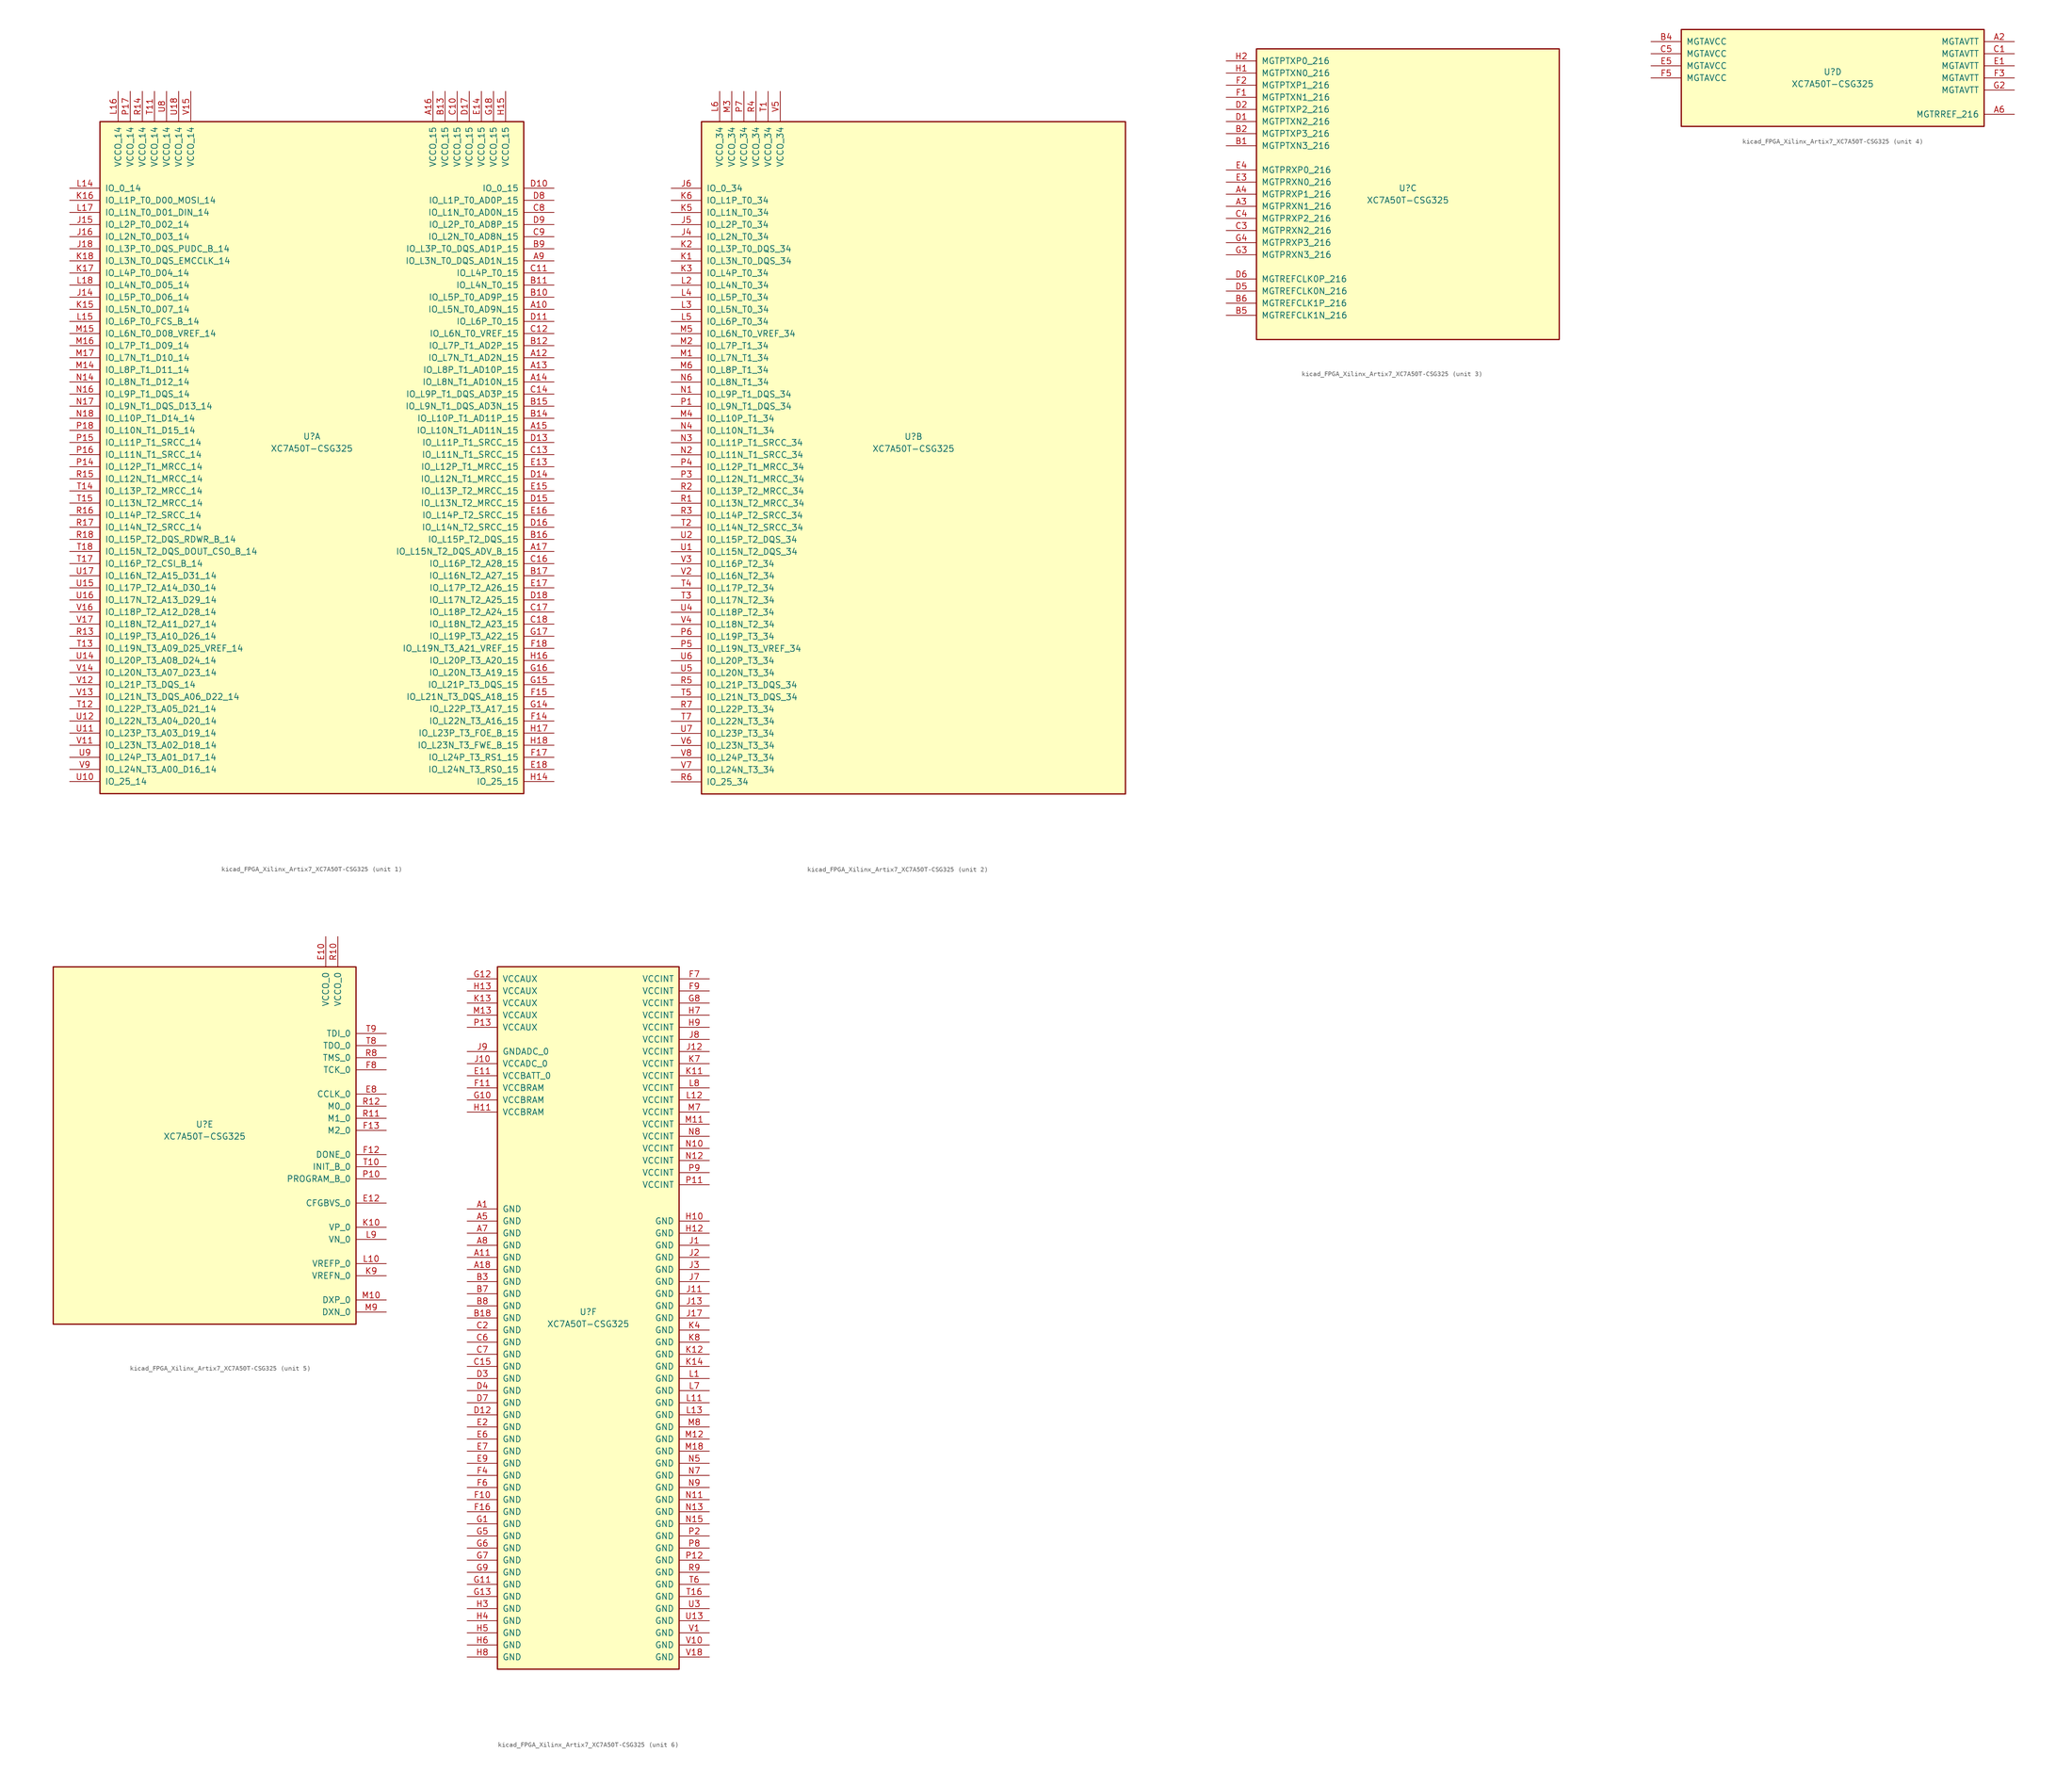
<source format=kicad_sym>
(kicad_symbol_lib
  (version 20220914)
  (generator kicad_symbol_editor)
  (symbol "kicad_FPGA_Xilinx_Artix7_XC7A50T-CSG325"
    (pin_names
      (offset 1.016))
    (property "Reference" "U"
      (at 0 1.27 0)
      (effects (font (size 1.27 1.27))))
    (property "Value" "XC7A50T-CSG325"
      (at 0 -1.27 0)
      (effects (font (size 1.27 1.27))))
    (property "Datasheet" ""
      (at 0 0 0)
      (effects (font (size 1.27 1.27))))
    (property "ki_locked" ""
      (at 0 0 0)
      (effects (font (size 1.27 1.27))))
    (symbol "kicad_FPGA_Xilinx_Artix7_XC7A50T-CSG325_1_1"
      (rectangle (start -44.45 67.31) (end 44.45 -73.66) (stroke (width 0.254) (type default)) (fill (type background)))
      (pin bidirectional line (at 50.8 27.94 180) (length 6.35) (name "IO_L5N_T0_AD9N_15" (effects (font (size 1.27 1.27)))) (number "A10" (effects (font (size 1.27 1.27)))))
      (pin bidirectional line (at 50.8 17.78 180) (length 6.35) (name "IO_L7N_T1_AD2N_15" (effects (font (size 1.27 1.27)))) (number "A12" (effects (font (size 1.27 1.27)))))
      (pin bidirectional line (at 50.8 15.24 180) (length 6.35) (name "IO_L8P_T1_AD10P_15" (effects (font (size 1.27 1.27)))) (number "A13" (effects (font (size 1.27 1.27)))))
      (pin bidirectional line (at 50.8 12.7 180) (length 6.35) (name "IO_L8N_T1_AD10N_15" (effects (font (size 1.27 1.27)))) (number "A14" (effects (font (size 1.27 1.27)))))
      (pin bidirectional line (at 50.8 2.54 180) (length 6.35) (name "IO_L10N_T1_AD11N_15" (effects (font (size 1.27 1.27)))) (number "A15" (effects (font (size 1.27 1.27)))))
      (pin power_in line (at 25.4 73.66 270) (length 6.35) (name "VCCO_15" (effects (font (size 1.27 1.27)))) (number "A16" (effects (font (size 1.27 1.27)))))
      (pin bidirectional line (at 50.8 -22.86 180) (length 6.35) (name "IO_L15N_T2_DQS_ADV_B_15" (effects (font (size 1.27 1.27)))) (number "A17" (effects (font (size 1.27 1.27)))))
      (pin bidirectional line (at 50.8 38.1 180) (length 6.35) (name "IO_L3N_T0_DQS_AD1N_15" (effects (font (size 1.27 1.27)))) (number "A9" (effects (font (size 1.27 1.27)))))
      (pin bidirectional line (at 50.8 30.48 180) (length 6.35) (name "IO_L5P_T0_AD9P_15" (effects (font (size 1.27 1.27)))) (number "B10" (effects (font (size 1.27 1.27)))))
      (pin bidirectional line (at 50.8 33.02 180) (length 6.35) (name "IO_L4N_T0_15" (effects (font (size 1.27 1.27)))) (number "B11" (effects (font (size 1.27 1.27)))))
      (pin bidirectional line (at 50.8 20.32 180) (length 6.35) (name "IO_L7P_T1_AD2P_15" (effects (font (size 1.27 1.27)))) (number "B12" (effects (font (size 1.27 1.27)))))
      (pin power_in line (at 27.94 73.66 270) (length 6.35) (name "VCCO_15" (effects (font (size 1.27 1.27)))) (number "B13" (effects (font (size 1.27 1.27)))))
      (pin bidirectional line (at 50.8 5.08 180) (length 6.35) (name "IO_L10P_T1_AD11P_15" (effects (font (size 1.27 1.27)))) (number "B14" (effects (font (size 1.27 1.27)))))
      (pin bidirectional line (at 50.8 7.62 180) (length 6.35) (name "IO_L9N_T1_DQS_AD3N_15" (effects (font (size 1.27 1.27)))) (number "B15" (effects (font (size 1.27 1.27)))))
      (pin bidirectional line (at 50.8 -20.32 180) (length 6.35) (name "IO_L15P_T2_DQS_15" (effects (font (size 1.27 1.27)))) (number "B16" (effects (font (size 1.27 1.27)))))
      (pin bidirectional line (at 50.8 -27.94 180) (length 6.35) (name "IO_L16N_T2_A27_15" (effects (font (size 1.27 1.27)))) (number "B17" (effects (font (size 1.27 1.27)))))
      (pin bidirectional line (at 50.8 40.64 180) (length 6.35) (name "IO_L3P_T0_DQS_AD1P_15" (effects (font (size 1.27 1.27)))) (number "B9" (effects (font (size 1.27 1.27)))))
      (pin power_in line (at 30.48 73.66 270) (length 6.35) (name "VCCO_15" (effects (font (size 1.27 1.27)))) (number "C10" (effects (font (size 1.27 1.27)))))
      (pin bidirectional line (at 50.8 35.56 180) (length 6.35) (name "IO_L4P_T0_15" (effects (font (size 1.27 1.27)))) (number "C11" (effects (font (size 1.27 1.27)))))
      (pin bidirectional line (at 50.8 22.86 180) (length 6.35) (name "IO_L6N_T0_VREF_15" (effects (font (size 1.27 1.27)))) (number "C12" (effects (font (size 1.27 1.27)))))
      (pin bidirectional line (at 50.8 -2.54 180) (length 6.35) (name "IO_L11N_T1_SRCC_15" (effects (font (size 1.27 1.27)))) (number "C13" (effects (font (size 1.27 1.27)))))
      (pin bidirectional line (at 50.8 10.16 180) (length 6.35) (name "IO_L9P_T1_DQS_AD3P_15" (effects (font (size 1.27 1.27)))) (number "C14" (effects (font (size 1.27 1.27)))))
      (pin bidirectional line (at 50.8 -25.4 180) (length 6.35) (name "IO_L16P_T2_A28_15" (effects (font (size 1.27 1.27)))) (number "C16" (effects (font (size 1.27 1.27)))))
      (pin bidirectional line (at 50.8 -35.56 180) (length 6.35) (name "IO_L18P_T2_A24_15" (effects (font (size 1.27 1.27)))) (number "C17" (effects (font (size 1.27 1.27)))))
      (pin bidirectional line (at 50.8 -38.1 180) (length 6.35) (name "IO_L18N_T2_A23_15" (effects (font (size 1.27 1.27)))) (number "C18" (effects (font (size 1.27 1.27)))))
      (pin bidirectional line (at 50.8 48.26 180) (length 6.35) (name "IO_L1N_T0_AD0N_15" (effects (font (size 1.27 1.27)))) (number "C8" (effects (font (size 1.27 1.27)))))
      (pin bidirectional line (at 50.8 43.18 180) (length 6.35) (name "IO_L2N_T0_AD8N_15" (effects (font (size 1.27 1.27)))) (number "C9" (effects (font (size 1.27 1.27)))))
      (pin bidirectional line (at 50.8 53.34 180) (length 6.35) (name "IO_0_15" (effects (font (size 1.27 1.27)))) (number "D10" (effects (font (size 1.27 1.27)))))
      (pin bidirectional line (at 50.8 25.4 180) (length 6.35) (name "IO_L6P_T0_15" (effects (font (size 1.27 1.27)))) (number "D11" (effects (font (size 1.27 1.27)))))
      (pin bidirectional line (at 50.8 0 180) (length 6.35) (name "IO_L11P_T1_SRCC_15" (effects (font (size 1.27 1.27)))) (number "D13" (effects (font (size 1.27 1.27)))))
      (pin bidirectional line (at 50.8 -7.62 180) (length 6.35) (name "IO_L12N_T1_MRCC_15" (effects (font (size 1.27 1.27)))) (number "D14" (effects (font (size 1.27 1.27)))))
      (pin bidirectional line (at 50.8 -12.7 180) (length 6.35) (name "IO_L13N_T2_MRCC_15" (effects (font (size 1.27 1.27)))) (number "D15" (effects (font (size 1.27 1.27)))))
      (pin bidirectional line (at 50.8 -17.78 180) (length 6.35) (name "IO_L14N_T2_SRCC_15" (effects (font (size 1.27 1.27)))) (number "D16" (effects (font (size 1.27 1.27)))))
      (pin power_in line (at 33.02 73.66 270) (length 6.35) (name "VCCO_15" (effects (font (size 1.27 1.27)))) (number "D17" (effects (font (size 1.27 1.27)))))
      (pin bidirectional line (at 50.8 -33.02 180) (length 6.35) (name "IO_L17N_T2_A25_15" (effects (font (size 1.27 1.27)))) (number "D18" (effects (font (size 1.27 1.27)))))
      (pin bidirectional line (at 50.8 50.8 180) (length 6.35) (name "IO_L1P_T0_AD0P_15" (effects (font (size 1.27 1.27)))) (number "D8" (effects (font (size 1.27 1.27)))))
      (pin bidirectional line (at 50.8 45.72 180) (length 6.35) (name "IO_L2P_T0_AD8P_15" (effects (font (size 1.27 1.27)))) (number "D9" (effects (font (size 1.27 1.27)))))
      (pin bidirectional line (at 50.8 -5.08 180) (length 6.35) (name "IO_L12P_T1_MRCC_15" (effects (font (size 1.27 1.27)))) (number "E13" (effects (font (size 1.27 1.27)))))
      (pin power_in line (at 35.56 73.66 270) (length 6.35) (name "VCCO_15" (effects (font (size 1.27 1.27)))) (number "E14" (effects (font (size 1.27 1.27)))))
      (pin bidirectional line (at 50.8 -10.16 180) (length 6.35) (name "IO_L13P_T2_MRCC_15" (effects (font (size 1.27 1.27)))) (number "E15" (effects (font (size 1.27 1.27)))))
      (pin bidirectional line (at 50.8 -15.24 180) (length 6.35) (name "IO_L14P_T2_SRCC_15" (effects (font (size 1.27 1.27)))) (number "E16" (effects (font (size 1.27 1.27)))))
      (pin bidirectional line (at 50.8 -30.48 180) (length 6.35) (name "IO_L17P_T2_A26_15" (effects (font (size 1.27 1.27)))) (number "E17" (effects (font (size 1.27 1.27)))))
      (pin bidirectional line (at 50.8 -68.58 180) (length 6.35) (name "IO_L24N_T3_RS0_15" (effects (font (size 1.27 1.27)))) (number "E18" (effects (font (size 1.27 1.27)))))
      (pin bidirectional line (at 50.8 -58.42 180) (length 6.35) (name "IO_L22N_T3_A16_15" (effects (font (size 1.27 1.27)))) (number "F14" (effects (font (size 1.27 1.27)))))
      (pin bidirectional line (at 50.8 -53.34 180) (length 6.35) (name "IO_L21N_T3_DQS_A18_15" (effects (font (size 1.27 1.27)))) (number "F15" (effects (font (size 1.27 1.27)))))
      (pin bidirectional line (at 50.8 -66.04 180) (length 6.35) (name "IO_L24P_T3_RS1_15" (effects (font (size 1.27 1.27)))) (number "F17" (effects (font (size 1.27 1.27)))))
      (pin bidirectional line (at 50.8 -43.18 180) (length 6.35) (name "IO_L19N_T3_A21_VREF_15" (effects (font (size 1.27 1.27)))) (number "F18" (effects (font (size 1.27 1.27)))))
      (pin bidirectional line (at 50.8 -55.88 180) (length 6.35) (name "IO_L22P_T3_A17_15" (effects (font (size 1.27 1.27)))) (number "G14" (effects (font (size 1.27 1.27)))))
      (pin bidirectional line (at 50.8 -50.8 180) (length 6.35) (name "IO_L21P_T3_DQS_15" (effects (font (size 1.27 1.27)))) (number "G15" (effects (font (size 1.27 1.27)))))
      (pin bidirectional line (at 50.8 -48.26 180) (length 6.35) (name "IO_L20N_T3_A19_15" (effects (font (size 1.27 1.27)))) (number "G16" (effects (font (size 1.27 1.27)))))
      (pin bidirectional line (at 50.8 -40.64 180) (length 6.35) (name "IO_L19P_T3_A22_15" (effects (font (size 1.27 1.27)))) (number "G17" (effects (font (size 1.27 1.27)))))
      (pin power_in line (at 38.1 73.66 270) (length 6.35) (name "VCCO_15" (effects (font (size 1.27 1.27)))) (number "G18" (effects (font (size 1.27 1.27)))))
      (pin bidirectional line (at 50.8 -71.12 180) (length 6.35) (name "IO_25_15" (effects (font (size 1.27 1.27)))) (number "H14" (effects (font (size 1.27 1.27)))))
      (pin power_in line (at 40.64 73.66 270) (length 6.35) (name "VCCO_15" (effects (font (size 1.27 1.27)))) (number "H15" (effects (font (size 1.27 1.27)))))
      (pin bidirectional line (at 50.8 -45.72 180) (length 6.35) (name "IO_L20P_T3_A20_15" (effects (font (size 1.27 1.27)))) (number "H16" (effects (font (size 1.27 1.27)))))
      (pin bidirectional line (at 50.8 -60.96 180) (length 6.35) (name "IO_L23P_T3_FOE_B_15" (effects (font (size 1.27 1.27)))) (number "H17" (effects (font (size 1.27 1.27)))))
      (pin bidirectional line (at 50.8 -63.5 180) (length 6.35) (name "IO_L23N_T3_FWE_B_15" (effects (font (size 1.27 1.27)))) (number "H18" (effects (font (size 1.27 1.27)))))
      (pin bidirectional line (at -50.8 30.48 0) (length 6.35) (name "IO_L5P_T0_D06_14" (effects (font (size 1.27 1.27)))) (number "J14" (effects (font (size 1.27 1.27)))))
      (pin bidirectional line (at -50.8 45.72 0) (length 6.35) (name "IO_L2P_T0_D02_14" (effects (font (size 1.27 1.27)))) (number "J15" (effects (font (size 1.27 1.27)))))
      (pin bidirectional line (at -50.8 43.18 0) (length 6.35) (name "IO_L2N_T0_D03_14" (effects (font (size 1.27 1.27)))) (number "J16" (effects (font (size 1.27 1.27)))))
      (pin bidirectional line (at -50.8 40.64 0) (length 6.35) (name "IO_L3P_T0_DQS_PUDC_B_14" (effects (font (size 1.27 1.27)))) (number "J18" (effects (font (size 1.27 1.27)))))
      (pin bidirectional line (at -50.8 27.94 0) (length 6.35) (name "IO_L5N_T0_D07_14" (effects (font (size 1.27 1.27)))) (number "K15" (effects (font (size 1.27 1.27)))))
      (pin bidirectional line (at -50.8 50.8 0) (length 6.35) (name "IO_L1P_T0_D00_MOSI_14" (effects (font (size 1.27 1.27)))) (number "K16" (effects (font (size 1.27 1.27)))))
      (pin bidirectional line (at -50.8 35.56 0) (length 6.35) (name "IO_L4P_T0_D04_14" (effects (font (size 1.27 1.27)))) (number "K17" (effects (font (size 1.27 1.27)))))
      (pin bidirectional line (at -50.8 38.1 0) (length 6.35) (name "IO_L3N_T0_DQS_EMCCLK_14" (effects (font (size 1.27 1.27)))) (number "K18" (effects (font (size 1.27 1.27)))))
      (pin bidirectional line (at -50.8 53.34 0) (length 6.35) (name "IO_0_14" (effects (font (size 1.27 1.27)))) (number "L14" (effects (font (size 1.27 1.27)))))
      (pin bidirectional line (at -50.8 25.4 0) (length 6.35) (name "IO_L6P_T0_FCS_B_14" (effects (font (size 1.27 1.27)))) (number "L15" (effects (font (size 1.27 1.27)))))
      (pin power_in line (at -40.64 73.66 270) (length 6.35) (name "VCCO_14" (effects (font (size 1.27 1.27)))) (number "L16" (effects (font (size 1.27 1.27)))))
      (pin bidirectional line (at -50.8 48.26 0) (length 6.35) (name "IO_L1N_T0_D01_DIN_14" (effects (font (size 1.27 1.27)))) (number "L17" (effects (font (size 1.27 1.27)))))
      (pin bidirectional line (at -50.8 33.02 0) (length 6.35) (name "IO_L4N_T0_D05_14" (effects (font (size 1.27 1.27)))) (number "L18" (effects (font (size 1.27 1.27)))))
      (pin bidirectional line (at -50.8 15.24 0) (length 6.35) (name "IO_L8P_T1_D11_14" (effects (font (size 1.27 1.27)))) (number "M14" (effects (font (size 1.27 1.27)))))
      (pin bidirectional line (at -50.8 22.86 0) (length 6.35) (name "IO_L6N_T0_D08_VREF_14" (effects (font (size 1.27 1.27)))) (number "M15" (effects (font (size 1.27 1.27)))))
      (pin bidirectional line (at -50.8 20.32 0) (length 6.35) (name "IO_L7P_T1_D09_14" (effects (font (size 1.27 1.27)))) (number "M16" (effects (font (size 1.27 1.27)))))
      (pin bidirectional line (at -50.8 17.78 0) (length 6.35) (name "IO_L7N_T1_D10_14" (effects (font (size 1.27 1.27)))) (number "M17" (effects (font (size 1.27 1.27)))))
      (pin bidirectional line (at -50.8 12.7 0) (length 6.35) (name "IO_L8N_T1_D12_14" (effects (font (size 1.27 1.27)))) (number "N14" (effects (font (size 1.27 1.27)))))
      (pin bidirectional line (at -50.8 10.16 0) (length 6.35) (name "IO_L9P_T1_DQS_14" (effects (font (size 1.27 1.27)))) (number "N16" (effects (font (size 1.27 1.27)))))
      (pin bidirectional line (at -50.8 7.62 0) (length 6.35) (name "IO_L9N_T1_DQS_D13_14" (effects (font (size 1.27 1.27)))) (number "N17" (effects (font (size 1.27 1.27)))))
      (pin bidirectional line (at -50.8 5.08 0) (length 6.35) (name "IO_L10P_T1_D14_14" (effects (font (size 1.27 1.27)))) (number "N18" (effects (font (size 1.27 1.27)))))
      (pin bidirectional line (at -50.8 -5.08 0) (length 6.35) (name "IO_L12P_T1_MRCC_14" (effects (font (size 1.27 1.27)))) (number "P14" (effects (font (size 1.27 1.27)))))
      (pin bidirectional line (at -50.8 0 0) (length 6.35) (name "IO_L11P_T1_SRCC_14" (effects (font (size 1.27 1.27)))) (number "P15" (effects (font (size 1.27 1.27)))))
      (pin bidirectional line (at -50.8 -2.54 0) (length 6.35) (name "IO_L11N_T1_SRCC_14" (effects (font (size 1.27 1.27)))) (number "P16" (effects (font (size 1.27 1.27)))))
      (pin power_in line (at -38.1 73.66 270) (length 6.35) (name "VCCO_14" (effects (font (size 1.27 1.27)))) (number "P17" (effects (font (size 1.27 1.27)))))
      (pin bidirectional line (at -50.8 2.54 0) (length 6.35) (name "IO_L10N_T1_D15_14" (effects (font (size 1.27 1.27)))) (number "P18" (effects (font (size 1.27 1.27)))))
      (pin bidirectional line (at -50.8 -40.64 0) (length 6.35) (name "IO_L19P_T3_A10_D26_14" (effects (font (size 1.27 1.27)))) (number "R13" (effects (font (size 1.27 1.27)))))
      (pin power_in line (at -35.56 73.66 270) (length 6.35) (name "VCCO_14" (effects (font (size 1.27 1.27)))) (number "R14" (effects (font (size 1.27 1.27)))))
      (pin bidirectional line (at -50.8 -7.62 0) (length 6.35) (name "IO_L12N_T1_MRCC_14" (effects (font (size 1.27 1.27)))) (number "R15" (effects (font (size 1.27 1.27)))))
      (pin bidirectional line (at -50.8 -15.24 0) (length 6.35) (name "IO_L14P_T2_SRCC_14" (effects (font (size 1.27 1.27)))) (number "R16" (effects (font (size 1.27 1.27)))))
      (pin bidirectional line (at -50.8 -17.78 0) (length 6.35) (name "IO_L14N_T2_SRCC_14" (effects (font (size 1.27 1.27)))) (number "R17" (effects (font (size 1.27 1.27)))))
      (pin bidirectional line (at -50.8 -20.32 0) (length 6.35) (name "IO_L15P_T2_DQS_RDWR_B_14" (effects (font (size 1.27 1.27)))) (number "R18" (effects (font (size 1.27 1.27)))))
      (pin power_in line (at -33.02 73.66 270) (length 6.35) (name "VCCO_14" (effects (font (size 1.27 1.27)))) (number "T11" (effects (font (size 1.27 1.27)))))
      (pin bidirectional line (at -50.8 -55.88 0) (length 6.35) (name "IO_L22P_T3_A05_D21_14" (effects (font (size 1.27 1.27)))) (number "T12" (effects (font (size 1.27 1.27)))))
      (pin bidirectional line (at -50.8 -43.18 0) (length 6.35) (name "IO_L19N_T3_A09_D25_VREF_14" (effects (font (size 1.27 1.27)))) (number "T13" (effects (font (size 1.27 1.27)))))
      (pin bidirectional line (at -50.8 -10.16 0) (length 6.35) (name "IO_L13P_T2_MRCC_14" (effects (font (size 1.27 1.27)))) (number "T14" (effects (font (size 1.27 1.27)))))
      (pin bidirectional line (at -50.8 -12.7 0) (length 6.35) (name "IO_L13N_T2_MRCC_14" (effects (font (size 1.27 1.27)))) (number "T15" (effects (font (size 1.27 1.27)))))
      (pin bidirectional line (at -50.8 -25.4 0) (length 6.35) (name "IO_L16P_T2_CSI_B_14" (effects (font (size 1.27 1.27)))) (number "T17" (effects (font (size 1.27 1.27)))))
      (pin bidirectional line (at -50.8 -22.86 0) (length 6.35) (name "IO_L15N_T2_DQS_DOUT_CSO_B_14" (effects (font (size 1.27 1.27)))) (number "T18" (effects (font (size 1.27 1.27)))))
      (pin bidirectional line (at -50.8 -71.12 0) (length 6.35) (name "IO_25_14" (effects (font (size 1.27 1.27)))) (number "U10" (effects (font (size 1.27 1.27)))))
      (pin bidirectional line (at -50.8 -60.96 0) (length 6.35) (name "IO_L23P_T3_A03_D19_14" (effects (font (size 1.27 1.27)))) (number "U11" (effects (font (size 1.27 1.27)))))
      (pin bidirectional line (at -50.8 -58.42 0) (length 6.35) (name "IO_L22N_T3_A04_D20_14" (effects (font (size 1.27 1.27)))) (number "U12" (effects (font (size 1.27 1.27)))))
      (pin bidirectional line (at -50.8 -45.72 0) (length 6.35) (name "IO_L20P_T3_A08_D24_14" (effects (font (size 1.27 1.27)))) (number "U14" (effects (font (size 1.27 1.27)))))
      (pin bidirectional line (at -50.8 -30.48 0) (length 6.35) (name "IO_L17P_T2_A14_D30_14" (effects (font (size 1.27 1.27)))) (number "U15" (effects (font (size 1.27 1.27)))))
      (pin bidirectional line (at -50.8 -33.02 0) (length 6.35) (name "IO_L17N_T2_A13_D29_14" (effects (font (size 1.27 1.27)))) (number "U16" (effects (font (size 1.27 1.27)))))
      (pin bidirectional line (at -50.8 -27.94 0) (length 6.35) (name "IO_L16N_T2_A15_D31_14" (effects (font (size 1.27 1.27)))) (number "U17" (effects (font (size 1.27 1.27)))))
      (pin power_in line (at -27.94 73.66 270) (length 6.35) (name "VCCO_14" (effects (font (size 1.27 1.27)))) (number "U18" (effects (font (size 1.27 1.27)))))
      (pin power_in line (at -30.48 73.66 270) (length 6.35) (name "VCCO_14" (effects (font (size 1.27 1.27)))) (number "U8" (effects (font (size 1.27 1.27)))))
      (pin bidirectional line (at -50.8 -66.04 0) (length 6.35) (name "IO_L24P_T3_A01_D17_14" (effects (font (size 1.27 1.27)))) (number "U9" (effects (font (size 1.27 1.27)))))
      (pin bidirectional line (at -50.8 -63.5 0) (length 6.35) (name "IO_L23N_T3_A02_D18_14" (effects (font (size 1.27 1.27)))) (number "V11" (effects (font (size 1.27 1.27)))))
      (pin bidirectional line (at -50.8 -50.8 0) (length 6.35) (name "IO_L21P_T3_DQS_14" (effects (font (size 1.27 1.27)))) (number "V12" (effects (font (size 1.27 1.27)))))
      (pin bidirectional line (at -50.8 -53.34 0) (length 6.35) (name "IO_L21N_T3_DQS_A06_D22_14" (effects (font (size 1.27 1.27)))) (number "V13" (effects (font (size 1.27 1.27)))))
      (pin bidirectional line (at -50.8 -48.26 0) (length 6.35) (name "IO_L20N_T3_A07_D23_14" (effects (font (size 1.27 1.27)))) (number "V14" (effects (font (size 1.27 1.27)))))
      (pin power_in line (at -25.4 73.66 270) (length 6.35) (name "VCCO_14" (effects (font (size 1.27 1.27)))) (number "V15" (effects (font (size 1.27 1.27)))))
      (pin bidirectional line (at -50.8 -35.56 0) (length 6.35) (name "IO_L18P_T2_A12_D28_14" (effects (font (size 1.27 1.27)))) (number "V16" (effects (font (size 1.27 1.27)))))
      (pin bidirectional line (at -50.8 -38.1 0) (length 6.35) (name "IO_L18N_T2_A11_D27_14" (effects (font (size 1.27 1.27)))) (number "V17" (effects (font (size 1.27 1.27)))))
      (pin bidirectional line (at -50.8 -68.58 0) (length 6.35) (name "IO_L24N_T3_A00_D16_14" (effects (font (size 1.27 1.27)))) (number "V9" (effects (font (size 1.27 1.27))))))
    (symbol "kicad_FPGA_Xilinx_Artix7_XC7A50T-CSG325_2_1"
      (rectangle (start -44.45 67.31) (end 44.45 -73.66) (stroke (width 0.254) (type default)) (fill (type background)))
      (pin bidirectional line (at -50.8 43.18 0) (length 6.35) (name "IO_L2N_T0_34" (effects (font (size 1.27 1.27)))) (number "J4" (effects (font (size 1.27 1.27)))))
      (pin bidirectional line (at -50.8 45.72 0) (length 6.35) (name "IO_L2P_T0_34" (effects (font (size 1.27 1.27)))) (number "J5" (effects (font (size 1.27 1.27)))))
      (pin bidirectional line (at -50.8 53.34 0) (length 6.35) (name "IO_0_34" (effects (font (size 1.27 1.27)))) (number "J6" (effects (font (size 1.27 1.27)))))
      (pin bidirectional line (at -50.8 38.1 0) (length 6.35) (name "IO_L3N_T0_DQS_34" (effects (font (size 1.27 1.27)))) (number "K1" (effects (font (size 1.27 1.27)))))
      (pin bidirectional line (at -50.8 40.64 0) (length 6.35) (name "IO_L3P_T0_DQS_34" (effects (font (size 1.27 1.27)))) (number "K2" (effects (font (size 1.27 1.27)))))
      (pin bidirectional line (at -50.8 35.56 0) (length 6.35) (name "IO_L4P_T0_34" (effects (font (size 1.27 1.27)))) (number "K3" (effects (font (size 1.27 1.27)))))
      (pin bidirectional line (at -50.8 48.26 0) (length 6.35) (name "IO_L1N_T0_34" (effects (font (size 1.27 1.27)))) (number "K5" (effects (font (size 1.27 1.27)))))
      (pin bidirectional line (at -50.8 50.8 0) (length 6.35) (name "IO_L1P_T0_34" (effects (font (size 1.27 1.27)))) (number "K6" (effects (font (size 1.27 1.27)))))
      (pin bidirectional line (at -50.8 33.02 0) (length 6.35) (name "IO_L4N_T0_34" (effects (font (size 1.27 1.27)))) (number "L2" (effects (font (size 1.27 1.27)))))
      (pin bidirectional line (at -50.8 27.94 0) (length 6.35) (name "IO_L5N_T0_34" (effects (font (size 1.27 1.27)))) (number "L3" (effects (font (size 1.27 1.27)))))
      (pin bidirectional line (at -50.8 30.48 0) (length 6.35) (name "IO_L5P_T0_34" (effects (font (size 1.27 1.27)))) (number "L4" (effects (font (size 1.27 1.27)))))
      (pin bidirectional line (at -50.8 25.4 0) (length 6.35) (name "IO_L6P_T0_34" (effects (font (size 1.27 1.27)))) (number "L5" (effects (font (size 1.27 1.27)))))
      (pin power_in line (at -40.64 73.66 270) (length 6.35) (name "VCCO_34" (effects (font (size 1.27 1.27)))) (number "L6" (effects (font (size 1.27 1.27)))))
      (pin bidirectional line (at -50.8 17.78 0) (length 6.35) (name "IO_L7N_T1_34" (effects (font (size 1.27 1.27)))) (number "M1" (effects (font (size 1.27 1.27)))))
      (pin bidirectional line (at -50.8 20.32 0) (length 6.35) (name "IO_L7P_T1_34" (effects (font (size 1.27 1.27)))) (number "M2" (effects (font (size 1.27 1.27)))))
      (pin power_in line (at -38.1 73.66 270) (length 6.35) (name "VCCO_34" (effects (font (size 1.27 1.27)))) (number "M3" (effects (font (size 1.27 1.27)))))
      (pin bidirectional line (at -50.8 5.08 0) (length 6.35) (name "IO_L10P_T1_34" (effects (font (size 1.27 1.27)))) (number "M4" (effects (font (size 1.27 1.27)))))
      (pin bidirectional line (at -50.8 22.86 0) (length 6.35) (name "IO_L6N_T0_VREF_34" (effects (font (size 1.27 1.27)))) (number "M5" (effects (font (size 1.27 1.27)))))
      (pin bidirectional line (at -50.8 15.24 0) (length 6.35) (name "IO_L8P_T1_34" (effects (font (size 1.27 1.27)))) (number "M6" (effects (font (size 1.27 1.27)))))
      (pin bidirectional line (at -50.8 10.16 0) (length 6.35) (name "IO_L9P_T1_DQS_34" (effects (font (size 1.27 1.27)))) (number "N1" (effects (font (size 1.27 1.27)))))
      (pin bidirectional line (at -50.8 -2.54 0) (length 6.35) (name "IO_L11N_T1_SRCC_34" (effects (font (size 1.27 1.27)))) (number "N2" (effects (font (size 1.27 1.27)))))
      (pin bidirectional line (at -50.8 0 0) (length 6.35) (name "IO_L11P_T1_SRCC_34" (effects (font (size 1.27 1.27)))) (number "N3" (effects (font (size 1.27 1.27)))))
      (pin bidirectional line (at -50.8 2.54 0) (length 6.35) (name "IO_L10N_T1_34" (effects (font (size 1.27 1.27)))) (number "N4" (effects (font (size 1.27 1.27)))))
      (pin bidirectional line (at -50.8 12.7 0) (length 6.35) (name "IO_L8N_T1_34" (effects (font (size 1.27 1.27)))) (number "N6" (effects (font (size 1.27 1.27)))))
      (pin bidirectional line (at -50.8 7.62 0) (length 6.35) (name "IO_L9N_T1_DQS_34" (effects (font (size 1.27 1.27)))) (number "P1" (effects (font (size 1.27 1.27)))))
      (pin bidirectional line (at -50.8 -7.62 0) (length 6.35) (name "IO_L12N_T1_MRCC_34" (effects (font (size 1.27 1.27)))) (number "P3" (effects (font (size 1.27 1.27)))))
      (pin bidirectional line (at -50.8 -5.08 0) (length 6.35) (name "IO_L12P_T1_MRCC_34" (effects (font (size 1.27 1.27)))) (number "P4" (effects (font (size 1.27 1.27)))))
      (pin bidirectional line (at -50.8 -43.18 0) (length 6.35) (name "IO_L19N_T3_VREF_34" (effects (font (size 1.27 1.27)))) (number "P5" (effects (font (size 1.27 1.27)))))
      (pin bidirectional line (at -50.8 -40.64 0) (length 6.35) (name "IO_L19P_T3_34" (effects (font (size 1.27 1.27)))) (number "P6" (effects (font (size 1.27 1.27)))))
      (pin power_in line (at -35.56 73.66 270) (length 6.35) (name "VCCO_34" (effects (font (size 1.27 1.27)))) (number "P7" (effects (font (size 1.27 1.27)))))
      (pin bidirectional line (at -50.8 -12.7 0) (length 6.35) (name "IO_L13N_T2_MRCC_34" (effects (font (size 1.27 1.27)))) (number "R1" (effects (font (size 1.27 1.27)))))
      (pin bidirectional line (at -50.8 -10.16 0) (length 6.35) (name "IO_L13P_T2_MRCC_34" (effects (font (size 1.27 1.27)))) (number "R2" (effects (font (size 1.27 1.27)))))
      (pin bidirectional line (at -50.8 -15.24 0) (length 6.35) (name "IO_L14P_T2_SRCC_34" (effects (font (size 1.27 1.27)))) (number "R3" (effects (font (size 1.27 1.27)))))
      (pin power_in line (at -33.02 73.66 270) (length 6.35) (name "VCCO_34" (effects (font (size 1.27 1.27)))) (number "R4" (effects (font (size 1.27 1.27)))))
      (pin bidirectional line (at -50.8 -50.8 0) (length 6.35) (name "IO_L21P_T3_DQS_34" (effects (font (size 1.27 1.27)))) (number "R5" (effects (font (size 1.27 1.27)))))
      (pin bidirectional line (at -50.8 -71.12 0) (length 6.35) (name "IO_25_34" (effects (font (size 1.27 1.27)))) (number "R6" (effects (font (size 1.27 1.27)))))
      (pin bidirectional line (at -50.8 -55.88 0) (length 6.35) (name "IO_L22P_T3_34" (effects (font (size 1.27 1.27)))) (number "R7" (effects (font (size 1.27 1.27)))))
      (pin power_in line (at -30.48 73.66 270) (length 6.35) (name "VCCO_34" (effects (font (size 1.27 1.27)))) (number "T1" (effects (font (size 1.27 1.27)))))
      (pin bidirectional line (at -50.8 -17.78 0) (length 6.35) (name "IO_L14N_T2_SRCC_34" (effects (font (size 1.27 1.27)))) (number "T2" (effects (font (size 1.27 1.27)))))
      (pin bidirectional line (at -50.8 -33.02 0) (length 6.35) (name "IO_L17N_T2_34" (effects (font (size 1.27 1.27)))) (number "T3" (effects (font (size 1.27 1.27)))))
      (pin bidirectional line (at -50.8 -30.48 0) (length 6.35) (name "IO_L17P_T2_34" (effects (font (size 1.27 1.27)))) (number "T4" (effects (font (size 1.27 1.27)))))
      (pin bidirectional line (at -50.8 -53.34 0) (length 6.35) (name "IO_L21N_T3_DQS_34" (effects (font (size 1.27 1.27)))) (number "T5" (effects (font (size 1.27 1.27)))))
      (pin bidirectional line (at -50.8 -58.42 0) (length 6.35) (name "IO_L22N_T3_34" (effects (font (size 1.27 1.27)))) (number "T7" (effects (font (size 1.27 1.27)))))
      (pin bidirectional line (at -50.8 -22.86 0) (length 6.35) (name "IO_L15N_T2_DQS_34" (effects (font (size 1.27 1.27)))) (number "U1" (effects (font (size 1.27 1.27)))))
      (pin bidirectional line (at -50.8 -20.32 0) (length 6.35) (name "IO_L15P_T2_DQS_34" (effects (font (size 1.27 1.27)))) (number "U2" (effects (font (size 1.27 1.27)))))
      (pin bidirectional line (at -50.8 -35.56 0) (length 6.35) (name "IO_L18P_T2_34" (effects (font (size 1.27 1.27)))) (number "U4" (effects (font (size 1.27 1.27)))))
      (pin bidirectional line (at -50.8 -48.26 0) (length 6.35) (name "IO_L20N_T3_34" (effects (font (size 1.27 1.27)))) (number "U5" (effects (font (size 1.27 1.27)))))
      (pin bidirectional line (at -50.8 -45.72 0) (length 6.35) (name "IO_L20P_T3_34" (effects (font (size 1.27 1.27)))) (number "U6" (effects (font (size 1.27 1.27)))))
      (pin bidirectional line (at -50.8 -60.96 0) (length 6.35) (name "IO_L23P_T3_34" (effects (font (size 1.27 1.27)))) (number "U7" (effects (font (size 1.27 1.27)))))
      (pin bidirectional line (at -50.8 -27.94 0) (length 6.35) (name "IO_L16N_T2_34" (effects (font (size 1.27 1.27)))) (number "V2" (effects (font (size 1.27 1.27)))))
      (pin bidirectional line (at -50.8 -25.4 0) (length 6.35) (name "IO_L16P_T2_34" (effects (font (size 1.27 1.27)))) (number "V3" (effects (font (size 1.27 1.27)))))
      (pin bidirectional line (at -50.8 -38.1 0) (length 6.35) (name "IO_L18N_T2_34" (effects (font (size 1.27 1.27)))) (number "V4" (effects (font (size 1.27 1.27)))))
      (pin power_in line (at -27.94 73.66 270) (length 6.35) (name "VCCO_34" (effects (font (size 1.27 1.27)))) (number "V5" (effects (font (size 1.27 1.27)))))
      (pin bidirectional line (at -50.8 -63.5 0) (length 6.35) (name "IO_L23N_T3_34" (effects (font (size 1.27 1.27)))) (number "V6" (effects (font (size 1.27 1.27)))))
      (pin bidirectional line (at -50.8 -68.58 0) (length 6.35) (name "IO_L24N_T3_34" (effects (font (size 1.27 1.27)))) (number "V7" (effects (font (size 1.27 1.27)))))
      (pin bidirectional line (at -50.8 -66.04 0) (length 6.35) (name "IO_L24P_T3_34" (effects (font (size 1.27 1.27)))) (number "V8" (effects (font (size 1.27 1.27))))))
    (symbol "kicad_FPGA_Xilinx_Artix7_XC7A50T-CSG325_3_1"
      (rectangle (start -31.75 30.48) (end 31.75 -30.48) (stroke (width 0.254) (type default)) (fill (type background)))
      (pin bidirectional line (at -38.1 -2.54 0) (length 6.35) (name "MGTPRXN1_216" (effects (font (size 1.27 1.27)))) (number "A3" (effects (font (size 1.27 1.27)))))
      (pin bidirectional line (at -38.1 0 0) (length 6.35) (name "MGTPRXP1_216" (effects (font (size 1.27 1.27)))) (number "A4" (effects (font (size 1.27 1.27)))))
      (pin bidirectional line (at -38.1 10.16 0) (length 6.35) (name "MGTPTXN3_216" (effects (font (size 1.27 1.27)))) (number "B1" (effects (font (size 1.27 1.27)))))
      (pin bidirectional line (at -38.1 12.7 0) (length 6.35) (name "MGTPTXP3_216" (effects (font (size 1.27 1.27)))) (number "B2" (effects (font (size 1.27 1.27)))))
      (pin bidirectional line (at -38.1 -25.4 0) (length 6.35) (name "MGTREFCLK1N_216" (effects (font (size 1.27 1.27)))) (number "B5" (effects (font (size 1.27 1.27)))))
      (pin bidirectional line (at -38.1 -22.86 0) (length 6.35) (name "MGTREFCLK1P_216" (effects (font (size 1.27 1.27)))) (number "B6" (effects (font (size 1.27 1.27)))))
      (pin bidirectional line (at -38.1 -7.62 0) (length 6.35) (name "MGTPRXN2_216" (effects (font (size 1.27 1.27)))) (number "C3" (effects (font (size 1.27 1.27)))))
      (pin bidirectional line (at -38.1 -5.08 0) (length 6.35) (name "MGTPRXP2_216" (effects (font (size 1.27 1.27)))) (number "C4" (effects (font (size 1.27 1.27)))))
      (pin bidirectional line (at -38.1 15.24 0) (length 6.35) (name "MGTPTXN2_216" (effects (font (size 1.27 1.27)))) (number "D1" (effects (font (size 1.27 1.27)))))
      (pin bidirectional line (at -38.1 17.78 0) (length 6.35) (name "MGTPTXP2_216" (effects (font (size 1.27 1.27)))) (number "D2" (effects (font (size 1.27 1.27)))))
      (pin bidirectional line (at -38.1 -20.32 0) (length 6.35) (name "MGTREFCLK0N_216" (effects (font (size 1.27 1.27)))) (number "D5" (effects (font (size 1.27 1.27)))))
      (pin bidirectional line (at -38.1 -17.78 0) (length 6.35) (name "MGTREFCLK0P_216" (effects (font (size 1.27 1.27)))) (number "D6" (effects (font (size 1.27 1.27)))))
      (pin bidirectional line (at -38.1 2.54 0) (length 6.35) (name "MGTPRXN0_216" (effects (font (size 1.27 1.27)))) (number "E3" (effects (font (size 1.27 1.27)))))
      (pin bidirectional line (at -38.1 5.08 0) (length 6.35) (name "MGTPRXP0_216" (effects (font (size 1.27 1.27)))) (number "E4" (effects (font (size 1.27 1.27)))))
      (pin bidirectional line (at -38.1 20.32 0) (length 6.35) (name "MGTPTXN1_216" (effects (font (size 1.27 1.27)))) (number "F1" (effects (font (size 1.27 1.27)))))
      (pin bidirectional line (at -38.1 22.86 0) (length 6.35) (name "MGTPTXP1_216" (effects (font (size 1.27 1.27)))) (number "F2" (effects (font (size 1.27 1.27)))))
      (pin bidirectional line (at -38.1 -12.7 0) (length 6.35) (name "MGTPRXN3_216" (effects (font (size 1.27 1.27)))) (number "G3" (effects (font (size 1.27 1.27)))))
      (pin bidirectional line (at -38.1 -10.16 0) (length 6.35) (name "MGTPRXP3_216" (effects (font (size 1.27 1.27)))) (number "G4" (effects (font (size 1.27 1.27)))))
      (pin bidirectional line (at -38.1 25.4 0) (length 6.35) (name "MGTPTXN0_216" (effects (font (size 1.27 1.27)))) (number "H1" (effects (font (size 1.27 1.27)))))
      (pin bidirectional line (at -38.1 27.94 0) (length 6.35) (name "MGTPTXP0_216" (effects (font (size 1.27 1.27)))) (number "H2" (effects (font (size 1.27 1.27))))))
    (symbol "kicad_FPGA_Xilinx_Artix7_XC7A50T-CSG325_4_1"
      (rectangle (start -31.75 10.16) (end 31.75 -10.16) (stroke (width 0.254) (type default)) (fill (type background)))
      (pin power_in line (at 38.1 7.62 180) (length 6.35) (name "MGTAVTT" (effects (font (size 1.27 1.27)))) (number "A2" (effects (font (size 1.27 1.27)))))
      (pin power_in line (at 38.1 -7.62 180) (length 6.35) (name "MGTRREF_216" (effects (font (size 1.27 1.27)))) (number "A6" (effects (font (size 1.27 1.27)))))
      (pin power_in line (at -38.1 7.62 0) (length 6.35) (name "MGTAVCC" (effects (font (size 1.27 1.27)))) (number "B4" (effects (font (size 1.27 1.27)))))
      (pin power_in line (at 38.1 5.08 180) (length 6.35) (name "MGTAVTT" (effects (font (size 1.27 1.27)))) (number "C1" (effects (font (size 1.27 1.27)))))
      (pin power_in line (at -38.1 5.08 0) (length 6.35) (name "MGTAVCC" (effects (font (size 1.27 1.27)))) (number "C5" (effects (font (size 1.27 1.27)))))
      (pin power_in line (at 38.1 2.54 180) (length 6.35) (name "MGTAVTT" (effects (font (size 1.27 1.27)))) (number "E1" (effects (font (size 1.27 1.27)))))
      (pin power_in line (at -38.1 2.54 0) (length 6.35) (name "MGTAVCC" (effects (font (size 1.27 1.27)))) (number "E5" (effects (font (size 1.27 1.27)))))
      (pin power_in line (at 38.1 0 180) (length 6.35) (name "MGTAVTT" (effects (font (size 1.27 1.27)))) (number "F3" (effects (font (size 1.27 1.27)))))
      (pin power_in line (at -38.1 0 0) (length 6.35) (name "MGTAVCC" (effects (font (size 1.27 1.27)))) (number "F5" (effects (font (size 1.27 1.27)))))
      (pin power_in line (at 38.1 -2.54 180) (length 6.35) (name "MGTAVTT" (effects (font (size 1.27 1.27)))) (number "G2" (effects (font (size 1.27 1.27))))))
    (symbol "kicad_FPGA_Xilinx_Artix7_XC7A50T-CSG325_5_1"
      (rectangle (start -31.75 34.29) (end 31.75 -40.64) (stroke (width 0.254) (type default)) (fill (type background)))
      (pin power_in line (at 25.4 40.64 270) (length 6.35) (name "VCCO_0" (effects (font (size 1.27 1.27)))) (number "E10" (effects (font (size 1.27 1.27)))))
      (pin bidirectional line (at 38.1 -15.24 180) (length 6.35) (name "CFGBVS_0" (effects (font (size 1.27 1.27)))) (number "E12" (effects (font (size 1.27 1.27)))))
      (pin bidirectional line (at 38.1 7.62 180) (length 6.35) (name "CCLK_0" (effects (font (size 1.27 1.27)))) (number "E8" (effects (font (size 1.27 1.27)))))
      (pin bidirectional line (at 38.1 -5.08 180) (length 6.35) (name "DONE_0" (effects (font (size 1.27 1.27)))) (number "F12" (effects (font (size 1.27 1.27)))))
      (pin bidirectional line (at 38.1 0 180) (length 6.35) (name "M2_0" (effects (font (size 1.27 1.27)))) (number "F13" (effects (font (size 1.27 1.27)))))
      (pin bidirectional line (at 38.1 12.7 180) (length 6.35) (name "TCK_0" (effects (font (size 1.27 1.27)))) (number "F8" (effects (font (size 1.27 1.27)))))
      (pin bidirectional line (at 38.1 -20.32 180) (length 6.35) (name "VP_0" (effects (font (size 1.27 1.27)))) (number "K10" (effects (font (size 1.27 1.27)))))
      (pin bidirectional line (at 38.1 -30.48 180) (length 6.35) (name "VREFN_0" (effects (font (size 1.27 1.27)))) (number "K9" (effects (font (size 1.27 1.27)))))
      (pin bidirectional line (at 38.1 -27.94 180) (length 6.35) (name "VREFP_0" (effects (font (size 1.27 1.27)))) (number "L10" (effects (font (size 1.27 1.27)))))
      (pin bidirectional line (at 38.1 -22.86 180) (length 6.35) (name "VN_0" (effects (font (size 1.27 1.27)))) (number "L9" (effects (font (size 1.27 1.27)))))
      (pin bidirectional line (at 38.1 -35.56 180) (length 6.35) (name "DXP_0" (effects (font (size 1.27 1.27)))) (number "M10" (effects (font (size 1.27 1.27)))))
      (pin bidirectional line (at 38.1 -38.1 180) (length 6.35) (name "DXN_0" (effects (font (size 1.27 1.27)))) (number "M9" (effects (font (size 1.27 1.27)))))
      (pin bidirectional line (at 38.1 -10.16 180) (length 6.35) (name "PROGRAM_B_0" (effects (font (size 1.27 1.27)))) (number "P10" (effects (font (size 1.27 1.27)))))
      (pin power_in line (at 27.94 40.64 270) (length 6.35) (name "VCCO_0" (effects (font (size 1.27 1.27)))) (number "R10" (effects (font (size 1.27 1.27)))))
      (pin bidirectional line (at 38.1 2.54 180) (length 6.35) (name "M1_0" (effects (font (size 1.27 1.27)))) (number "R11" (effects (font (size 1.27 1.27)))))
      (pin bidirectional line (at 38.1 5.08 180) (length 6.35) (name "M0_0" (effects (font (size 1.27 1.27)))) (number "R12" (effects (font (size 1.27 1.27)))))
      (pin bidirectional line (at 38.1 15.24 180) (length 6.35) (name "TMS_0" (effects (font (size 1.27 1.27)))) (number "R8" (effects (font (size 1.27 1.27)))))
      (pin bidirectional line (at 38.1 -7.62 180) (length 6.35) (name "INIT_B_0" (effects (font (size 1.27 1.27)))) (number "T10" (effects (font (size 1.27 1.27)))))
      (pin bidirectional line (at 38.1 17.78 180) (length 6.35) (name "TDO_0" (effects (font (size 1.27 1.27)))) (number "T8" (effects (font (size 1.27 1.27)))))
      (pin bidirectional line (at 38.1 20.32 180) (length 6.35) (name "TDI_0" (effects (font (size 1.27 1.27)))) (number "T9" (effects (font (size 1.27 1.27))))))
    (symbol "kicad_FPGA_Xilinx_Artix7_XC7A50T-CSG325_6_1"
      (rectangle (start -19.05 73.66) (end 19.05 -73.66) (stroke (width 0.254) (type default)) (fill (type background)))
      (pin power_in line (at -25.4 22.86 0) (length 6.35) (name "GND" (effects (font (size 1.27 1.27)))) (number "A1" (effects (font (size 1.27 1.27)))))
      (pin power_in line (at -25.4 12.7 0) (length 6.35) (name "GND" (effects (font (size 1.27 1.27)))) (number "A11" (effects (font (size 1.27 1.27)))))
      (pin power_in line (at -25.4 10.16 0) (length 6.35) (name "GND" (effects (font (size 1.27 1.27)))) (number "A18" (effects (font (size 1.27 1.27)))))
      (pin power_in line (at -25.4 20.32 0) (length 6.35) (name "GND" (effects (font (size 1.27 1.27)))) (number "A5" (effects (font (size 1.27 1.27)))))
      (pin power_in line (at -25.4 17.78 0) (length 6.35) (name "GND" (effects (font (size 1.27 1.27)))) (number "A7" (effects (font (size 1.27 1.27)))))
      (pin power_in line (at -25.4 15.24 0) (length 6.35) (name "GND" (effects (font (size 1.27 1.27)))) (number "A8" (effects (font (size 1.27 1.27)))))
      (pin power_in line (at -25.4 0 0) (length 6.35) (name "GND" (effects (font (size 1.27 1.27)))) (number "B18" (effects (font (size 1.27 1.27)))))
      (pin power_in line (at -25.4 7.62 0) (length 6.35) (name "GND" (effects (font (size 1.27 1.27)))) (number "B3" (effects (font (size 1.27 1.27)))))
      (pin power_in line (at -25.4 5.08 0) (length 6.35) (name "GND" (effects (font (size 1.27 1.27)))) (number "B7" (effects (font (size 1.27 1.27)))))
      (pin power_in line (at -25.4 2.54 0) (length 6.35) (name "GND" (effects (font (size 1.27 1.27)))) (number "B8" (effects (font (size 1.27 1.27)))))
      (pin power_in line (at -25.4 -10.16 0) (length 6.35) (name "GND" (effects (font (size 1.27 1.27)))) (number "C15" (effects (font (size 1.27 1.27)))))
      (pin power_in line (at -25.4 -2.54 0) (length 6.35) (name "GND" (effects (font (size 1.27 1.27)))) (number "C2" (effects (font (size 1.27 1.27)))))
      (pin power_in line (at -25.4 -5.08 0) (length 6.35) (name "GND" (effects (font (size 1.27 1.27)))) (number "C6" (effects (font (size 1.27 1.27)))))
      (pin power_in line (at -25.4 -7.62 0) (length 6.35) (name "GND" (effects (font (size 1.27 1.27)))) (number "C7" (effects (font (size 1.27 1.27)))))
      (pin power_in line (at -25.4 -20.32 0) (length 6.35) (name "GND" (effects (font (size 1.27 1.27)))) (number "D12" (effects (font (size 1.27 1.27)))))
      (pin power_in line (at -25.4 -12.7 0) (length 6.35) (name "GND" (effects (font (size 1.27 1.27)))) (number "D3" (effects (font (size 1.27 1.27)))))
      (pin power_in line (at -25.4 -15.24 0) (length 6.35) (name "GND" (effects (font (size 1.27 1.27)))) (number "D4" (effects (font (size 1.27 1.27)))))
      (pin power_in line (at -25.4 -17.78 0) (length 6.35) (name "GND" (effects (font (size 1.27 1.27)))) (number "D7" (effects (font (size 1.27 1.27)))))
      (pin power_in line (at -25.4 50.8 0) (length 6.35) (name "VCCBATT_0" (effects (font (size 1.27 1.27)))) (number "E11" (effects (font (size 1.27 1.27)))))
      (pin power_in line (at -25.4 -22.86 0) (length 6.35) (name "GND" (effects (font (size 1.27 1.27)))) (number "E2" (effects (font (size 1.27 1.27)))))
      (pin power_in line (at -25.4 -25.4 0) (length 6.35) (name "GND" (effects (font (size 1.27 1.27)))) (number "E6" (effects (font (size 1.27 1.27)))))
      (pin power_in line (at -25.4 -27.94 0) (length 6.35) (name "GND" (effects (font (size 1.27 1.27)))) (number "E7" (effects (font (size 1.27 1.27)))))
      (pin power_in line (at -25.4 -30.48 0) (length 6.35) (name "GND" (effects (font (size 1.27 1.27)))) (number "E9" (effects (font (size 1.27 1.27)))))
      (pin power_in line (at -25.4 -38.1 0) (length 6.35) (name "GND" (effects (font (size 1.27 1.27)))) (number "F10" (effects (font (size 1.27 1.27)))))
      (pin power_in line (at -25.4 48.26 0) (length 6.35) (name "VCCBRAM" (effects (font (size 1.27 1.27)))) (number "F11" (effects (font (size 1.27 1.27)))))
      (pin power_in line (at -25.4 -40.64 0) (length 6.35) (name "GND" (effects (font (size 1.27 1.27)))) (number "F16" (effects (font (size 1.27 1.27)))))
      (pin power_in line (at -25.4 -33.02 0) (length 6.35) (name "GND" (effects (font (size 1.27 1.27)))) (number "F4" (effects (font (size 1.27 1.27)))))
      (pin power_in line (at -25.4 -35.56 0) (length 6.35) (name "GND" (effects (font (size 1.27 1.27)))) (number "F6" (effects (font (size 1.27 1.27)))))
      (pin power_in line (at 25.4 71.12 180) (length 6.35) (name "VCCINT" (effects (font (size 1.27 1.27)))) (number "F7" (effects (font (size 1.27 1.27)))))
      (pin power_in line (at 25.4 68.58 180) (length 6.35) (name "VCCINT" (effects (font (size 1.27 1.27)))) (number "F9" (effects (font (size 1.27 1.27)))))
      (pin power_in line (at -25.4 -43.18 0) (length 6.35) (name "GND" (effects (font (size 1.27 1.27)))) (number "G1" (effects (font (size 1.27 1.27)))))
      (pin power_in line (at -25.4 45.72 0) (length 6.35) (name "VCCBRAM" (effects (font (size 1.27 1.27)))) (number "G10" (effects (font (size 1.27 1.27)))))
      (pin power_in line (at -25.4 -55.88 0) (length 6.35) (name "GND" (effects (font (size 1.27 1.27)))) (number "G11" (effects (font (size 1.27 1.27)))))
      (pin power_in line (at -25.4 71.12 0) (length 6.35) (name "VCCAUX" (effects (font (size 1.27 1.27)))) (number "G12" (effects (font (size 1.27 1.27)))))
      (pin power_in line (at -25.4 -58.42 0) (length 6.35) (name "GND" (effects (font (size 1.27 1.27)))) (number "G13" (effects (font (size 1.27 1.27)))))
      (pin power_in line (at -25.4 -45.72 0) (length 6.35) (name "GND" (effects (font (size 1.27 1.27)))) (number "G5" (effects (font (size 1.27 1.27)))))
      (pin power_in line (at -25.4 -48.26 0) (length 6.35) (name "GND" (effects (font (size 1.27 1.27)))) (number "G6" (effects (font (size 1.27 1.27)))))
      (pin power_in line (at -25.4 -50.8 0) (length 6.35) (name "GND" (effects (font (size 1.27 1.27)))) (number "G7" (effects (font (size 1.27 1.27)))))
      (pin power_in line (at 25.4 66.04 180) (length 6.35) (name "VCCINT" (effects (font (size 1.27 1.27)))) (number "G8" (effects (font (size 1.27 1.27)))))
      (pin power_in line (at -25.4 -53.34 0) (length 6.35) (name "GND" (effects (font (size 1.27 1.27)))) (number "G9" (effects (font (size 1.27 1.27)))))
      (pin power_in line (at 25.4 20.32 180) (length 6.35) (name "GND" (effects (font (size 1.27 1.27)))) (number "H10" (effects (font (size 1.27 1.27)))))
      (pin power_in line (at -25.4 43.18 0) (length 6.35) (name "VCCBRAM" (effects (font (size 1.27 1.27)))) (number "H11" (effects (font (size 1.27 1.27)))))
      (pin power_in line (at 25.4 17.78 180) (length 6.35) (name "GND" (effects (font (size 1.27 1.27)))) (number "H12" (effects (font (size 1.27 1.27)))))
      (pin power_in line (at -25.4 68.58 0) (length 6.35) (name "VCCAUX" (effects (font (size 1.27 1.27)))) (number "H13" (effects (font (size 1.27 1.27)))))
      (pin power_in line (at -25.4 -60.96 0) (length 6.35) (name "GND" (effects (font (size 1.27 1.27)))) (number "H3" (effects (font (size 1.27 1.27)))))
      (pin power_in line (at -25.4 -63.5 0) (length 6.35) (name "GND" (effects (font (size 1.27 1.27)))) (number "H4" (effects (font (size 1.27 1.27)))))
      (pin power_in line (at -25.4 -66.04 0) (length 6.35) (name "GND" (effects (font (size 1.27 1.27)))) (number "H5" (effects (font (size 1.27 1.27)))))
      (pin power_in line (at -25.4 -68.58 0) (length 6.35) (name "GND" (effects (font (size 1.27 1.27)))) (number "H6" (effects (font (size 1.27 1.27)))))
      (pin power_in line (at 25.4 63.5 180) (length 6.35) (name "VCCINT" (effects (font (size 1.27 1.27)))) (number "H7" (effects (font (size 1.27 1.27)))))
      (pin power_in line (at -25.4 -71.12 0) (length 6.35) (name "GND" (effects (font (size 1.27 1.27)))) (number "H8" (effects (font (size 1.27 1.27)))))
      (pin power_in line (at 25.4 60.96 180) (length 6.35) (name "VCCINT" (effects (font (size 1.27 1.27)))) (number "H9" (effects (font (size 1.27 1.27)))))
      (pin power_in line (at 25.4 15.24 180) (length 6.35) (name "GND" (effects (font (size 1.27 1.27)))) (number "J1" (effects (font (size 1.27 1.27)))))
      (pin power_in line (at -25.4 53.34 0) (length 6.35) (name "VCCADC_0" (effects (font (size 1.27 1.27)))) (number "J10" (effects (font (size 1.27 1.27)))))
      (pin power_in line (at 25.4 5.08 180) (length 6.35) (name "GND" (effects (font (size 1.27 1.27)))) (number "J11" (effects (font (size 1.27 1.27)))))
      (pin power_in line (at 25.4 55.88 180) (length 6.35) (name "VCCINT" (effects (font (size 1.27 1.27)))) (number "J12" (effects (font (size 1.27 1.27)))))
      (pin power_in line (at 25.4 2.54 180) (length 6.35) (name "GND" (effects (font (size 1.27 1.27)))) (number "J13" (effects (font (size 1.27 1.27)))))
      (pin power_in line (at 25.4 0 180) (length 6.35) (name "GND" (effects (font (size 1.27 1.27)))) (number "J17" (effects (font (size 1.27 1.27)))))
      (pin power_in line (at 25.4 12.7 180) (length 6.35) (name "GND" (effects (font (size 1.27 1.27)))) (number "J2" (effects (font (size 1.27 1.27)))))
      (pin power_in line (at 25.4 10.16 180) (length 6.35) (name "GND" (effects (font (size 1.27 1.27)))) (number "J3" (effects (font (size 1.27 1.27)))))
      (pin power_in line (at 25.4 7.62 180) (length 6.35) (name "GND" (effects (font (size 1.27 1.27)))) (number "J7" (effects (font (size 1.27 1.27)))))
      (pin power_in line (at 25.4 58.42 180) (length 6.35) (name "VCCINT" (effects (font (size 1.27 1.27)))) (number "J8" (effects (font (size 1.27 1.27)))))
      (pin power_in line (at -25.4 55.88 0) (length 6.35) (name "GNDADC_0" (effects (font (size 1.27 1.27)))) (number "J9" (effects (font (size 1.27 1.27)))))
      (pin power_in line (at 25.4 50.8 180) (length 6.35) (name "VCCINT" (effects (font (size 1.27 1.27)))) (number "K11" (effects (font (size 1.27 1.27)))))
      (pin power_in line (at 25.4 -7.62 180) (length 6.35) (name "GND" (effects (font (size 1.27 1.27)))) (number "K12" (effects (font (size 1.27 1.27)))))
      (pin power_in line (at -25.4 66.04 0) (length 6.35) (name "VCCAUX" (effects (font (size 1.27 1.27)))) (number "K13" (effects (font (size 1.27 1.27)))))
      (pin power_in line (at 25.4 -10.16 180) (length 6.35) (name "GND" (effects (font (size 1.27 1.27)))) (number "K14" (effects (font (size 1.27 1.27)))))
      (pin power_in line (at 25.4 -2.54 180) (length 6.35) (name "GND" (effects (font (size 1.27 1.27)))) (number "K4" (effects (font (size 1.27 1.27)))))
      (pin power_in line (at 25.4 53.34 180) (length 6.35) (name "VCCINT" (effects (font (size 1.27 1.27)))) (number "K7" (effects (font (size 1.27 1.27)))))
      (pin power_in line (at 25.4 -5.08 180) (length 6.35) (name "GND" (effects (font (size 1.27 1.27)))) (number "K8" (effects (font (size 1.27 1.27)))))
      (pin power_in line (at 25.4 -12.7 180) (length 6.35) (name "GND" (effects (font (size 1.27 1.27)))) (number "L1" (effects (font (size 1.27 1.27)))))
      (pin power_in line (at 25.4 -17.78 180) (length 6.35) (name "GND" (effects (font (size 1.27 1.27)))) (number "L11" (effects (font (size 1.27 1.27)))))
      (pin power_in line (at 25.4 45.72 180) (length 6.35) (name "VCCINT" (effects (font (size 1.27 1.27)))) (number "L12" (effects (font (size 1.27 1.27)))))
      (pin power_in line (at 25.4 -20.32 180) (length 6.35) (name "GND" (effects (font (size 1.27 1.27)))) (number "L13" (effects (font (size 1.27 1.27)))))
      (pin power_in line (at 25.4 -15.24 180) (length 6.35) (name "GND" (effects (font (size 1.27 1.27)))) (number "L7" (effects (font (size 1.27 1.27)))))
      (pin power_in line (at 25.4 48.26 180) (length 6.35) (name "VCCINT" (effects (font (size 1.27 1.27)))) (number "L8" (effects (font (size 1.27 1.27)))))
      (pin power_in line (at 25.4 40.64 180) (length 6.35) (name "VCCINT" (effects (font (size 1.27 1.27)))) (number "M11" (effects (font (size 1.27 1.27)))))
      (pin power_in line (at 25.4 -25.4 180) (length 6.35) (name "GND" (effects (font (size 1.27 1.27)))) (number "M12" (effects (font (size 1.27 1.27)))))
      (pin power_in line (at -25.4 63.5 0) (length 6.35) (name "VCCAUX" (effects (font (size 1.27 1.27)))) (number "M13" (effects (font (size 1.27 1.27)))))
      (pin power_in line (at 25.4 -27.94 180) (length 6.35) (name "GND" (effects (font (size 1.27 1.27)))) (number "M18" (effects (font (size 1.27 1.27)))))
      (pin power_in line (at 25.4 43.18 180) (length 6.35) (name "VCCINT" (effects (font (size 1.27 1.27)))) (number "M7" (effects (font (size 1.27 1.27)))))
      (pin power_in line (at 25.4 -22.86 180) (length 6.35) (name "GND" (effects (font (size 1.27 1.27)))) (number "M8" (effects (font (size 1.27 1.27)))))
      (pin power_in line (at 25.4 35.56 180) (length 6.35) (name "VCCINT" (effects (font (size 1.27 1.27)))) (number "N10" (effects (font (size 1.27 1.27)))))
      (pin power_in line (at 25.4 -38.1 180) (length 6.35) (name "GND" (effects (font (size 1.27 1.27)))) (number "N11" (effects (font (size 1.27 1.27)))))
      (pin power_in line (at 25.4 33.02 180) (length 6.35) (name "VCCINT" (effects (font (size 1.27 1.27)))) (number "N12" (effects (font (size 1.27 1.27)))))
      (pin power_in line (at 25.4 -40.64 180) (length 6.35) (name "GND" (effects (font (size 1.27 1.27)))) (number "N13" (effects (font (size 1.27 1.27)))))
      (pin power_in line (at 25.4 -43.18 180) (length 6.35) (name "GND" (effects (font (size 1.27 1.27)))) (number "N15" (effects (font (size 1.27 1.27)))))
      (pin power_in line (at 25.4 -30.48 180) (length 6.35) (name "GND" (effects (font (size 1.27 1.27)))) (number "N5" (effects (font (size 1.27 1.27)))))
      (pin power_in line (at 25.4 -33.02 180) (length 6.35) (name "GND" (effects (font (size 1.27 1.27)))) (number "N7" (effects (font (size 1.27 1.27)))))
      (pin power_in line (at 25.4 38.1 180) (length 6.35) (name "VCCINT" (effects (font (size 1.27 1.27)))) (number "N8" (effects (font (size 1.27 1.27)))))
      (pin power_in line (at 25.4 -35.56 180) (length 6.35) (name "GND" (effects (font (size 1.27 1.27)))) (number "N9" (effects (font (size 1.27 1.27)))))
      (pin power_in line (at 25.4 27.94 180) (length 6.35) (name "VCCINT" (effects (font (size 1.27 1.27)))) (number "P11" (effects (font (size 1.27 1.27)))))
      (pin power_in line (at 25.4 -50.8 180) (length 6.35) (name "GND" (effects (font (size 1.27 1.27)))) (number "P12" (effects (font (size 1.27 1.27)))))
      (pin power_in line (at -25.4 60.96 0) (length 6.35) (name "VCCAUX" (effects (font (size 1.27 1.27)))) (number "P13" (effects (font (size 1.27 1.27)))))
      (pin power_in line (at 25.4 -45.72 180) (length 6.35) (name "GND" (effects (font (size 1.27 1.27)))) (number "P2" (effects (font (size 1.27 1.27)))))
      (pin power_in line (at 25.4 -48.26 180) (length 6.35) (name "GND" (effects (font (size 1.27 1.27)))) (number "P8" (effects (font (size 1.27 1.27)))))
      (pin power_in line (at 25.4 30.48 180) (length 6.35) (name "VCCINT" (effects (font (size 1.27 1.27)))) (number "P9" (effects (font (size 1.27 1.27)))))
      (pin power_in line (at 25.4 -53.34 180) (length 6.35) (name "GND" (effects (font (size 1.27 1.27)))) (number "R9" (effects (font (size 1.27 1.27)))))
      (pin power_in line (at 25.4 -58.42 180) (length 6.35) (name "GND" (effects (font (size 1.27 1.27)))) (number "T16" (effects (font (size 1.27 1.27)))))
      (pin power_in line (at 25.4 -55.88 180) (length 6.35) (name "GND" (effects (font (size 1.27 1.27)))) (number "T6" (effects (font (size 1.27 1.27)))))
      (pin power_in line (at 25.4 -63.5 180) (length 6.35) (name "GND" (effects (font (size 1.27 1.27)))) (number "U13" (effects (font (size 1.27 1.27)))))
      (pin power_in line (at 25.4 -60.96 180) (length 6.35) (name "GND" (effects (font (size 1.27 1.27)))) (number "U3" (effects (font (size 1.27 1.27)))))
      (pin power_in line (at 25.4 -66.04 180) (length 6.35) (name "GND" (effects (font (size 1.27 1.27)))) (number "V1" (effects (font (size 1.27 1.27)))))
      (pin power_in line (at 25.4 -68.58 180) (length 6.35) (name "GND" (effects (font (size 1.27 1.27)))) (number "V10" (effects (font (size 1.27 1.27)))))
      (pin power_in line (at 25.4 -71.12 180) (length 6.35) (name "GND" (effects (font (size 1.27 1.27)))) (number "V18" (effects (font (size 1.27 1.27))))))))
</source>
